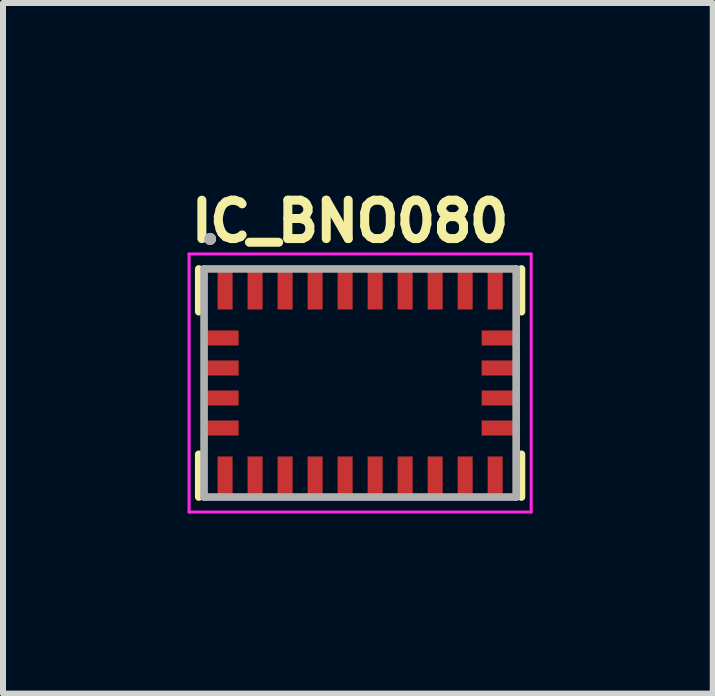
<source format=kicad_pcb>
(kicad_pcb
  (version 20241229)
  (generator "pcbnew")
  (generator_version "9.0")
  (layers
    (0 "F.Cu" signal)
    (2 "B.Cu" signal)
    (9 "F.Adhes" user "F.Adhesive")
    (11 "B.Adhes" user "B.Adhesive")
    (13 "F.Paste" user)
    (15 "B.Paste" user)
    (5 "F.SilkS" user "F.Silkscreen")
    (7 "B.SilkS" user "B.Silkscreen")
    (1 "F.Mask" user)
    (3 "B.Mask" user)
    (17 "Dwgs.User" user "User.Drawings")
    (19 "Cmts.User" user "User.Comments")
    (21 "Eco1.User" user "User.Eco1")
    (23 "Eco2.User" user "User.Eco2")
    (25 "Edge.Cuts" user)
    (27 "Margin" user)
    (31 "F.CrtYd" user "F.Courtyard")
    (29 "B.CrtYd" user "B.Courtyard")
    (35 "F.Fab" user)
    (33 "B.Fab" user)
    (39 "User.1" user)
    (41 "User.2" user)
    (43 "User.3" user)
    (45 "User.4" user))
  (footprint "IC_BNO080"
    (layer "F.Cu")
    (at 2.95 3.331)
    (property "Reference" "IC_BNO080" (at -0.168 -2.694 0) (layer "F.SilkS") (effects (font (size 0.64 0.64) (thickness 0.15))))
    (attr through_hole)
    (fp_line (start -2.688 -1.9) (end -2.688 -1.188) (stroke (width 0.127) (type solid)) (layer "F.SilkS"))
    (fp_line (start -2.688 1.9) (end -2.688 1.188) (stroke (width 0.127) (type solid)) (layer "F.SilkS"))
    (fp_line (start 2.688 -1.9) (end 2.688 -1.188) (stroke (width 0.127) (type solid)) (layer "F.SilkS"))
    (fp_line (start 2.688 1.9) (end 2.688 1.188) (stroke (width 0.127) (type solid)) (layer "F.SilkS"))
    (fp_circle (center -2.5 -2.4) (end -2.45 -2.4) (stroke (width 0.1) (type solid)) (fill no) (layer "F.SilkS"))
    (fp_line (start -2.85 -2.15) (end 2.85 -2.15) (stroke (width 0.05) (type solid)) (layer "F.CrtYd"))
    (fp_line (start -2.85 2.15) (end -2.85 -2.15) (stroke (width 0.05) (type solid)) (layer "F.CrtYd"))
    (fp_line (start 2.85 -2.15) (end 2.85 2.15) (stroke (width 0.05) (type solid)) (layer "F.CrtYd"))
    (fp_line (start 2.85 2.15) (end -2.85 2.15) (stroke (width 0.05) (type solid)) (layer "F.CrtYd"))
    (fp_line (start -2.6 -1.9) (end 2.6 -1.9) (stroke (width 0.127) (type solid)) (layer "F.Fab"))
    (fp_line (start -2.6 1.9) (end -2.6 -1.9) (stroke (width 0.127) (type solid)) (layer "F.Fab"))
    (fp_line (start 2.6 -1.9) (end 2.6 1.9) (stroke (width 0.127) (type solid)) (layer "F.Fab"))
    (fp_line (start 2.6 1.9) (end -2.6 1.9) (stroke (width 0.127) (type solid)) (layer "F.Fab"))
    (fp_circle (center -2.5 -2.4) (end -2.45 -2.4) (stroke (width 0.1) (type solid)) (fill no) (layer "F.Fab"))
    (pad "1" smd rect (at -2.25 -1.562 90) (size 0.675 0.25) (layers "F.Cu" "F.Mask" "F.Paste"))
    (pad "2" smd rect (at -2.312 -0.75) (size 0.575 0.25) (layers "F.Cu" "F.Mask" "F.Paste"))
    (pad "3" smd rect (at -2.312 -0.25) (size 0.575 0.25) (layers "F.Cu" "F.Mask" "F.Paste"))
    (pad "4" smd rect (at -2.312 0.25) (size 0.575 0.25) (layers "F.Cu" "F.Mask" "F.Paste"))
    (pad "5" smd rect (at -2.312 0.75) (size 0.575 0.25) (layers "F.Cu" "F.Mask" "F.Paste"))
    (pad "6" smd rect (at -2.25 1.562 270) (size 0.675 0.25) (layers "F.Cu" "F.Mask" "F.Paste"))
    (pad "7" smd rect (at -1.75 1.562 270) (size 0.675 0.25) (layers "F.Cu" "F.Mask" "F.Paste"))
    (pad "8" smd rect (at -1.25 1.562 270) (size 0.675 0.25) (layers "F.Cu" "F.Mask" "F.Paste"))
    (pad "9" smd rect (at -0.75 1.562 270) (size 0.675 0.25) (layers "F.Cu" "F.Mask" "F.Paste"))
    (pad "10" smd rect (at -0.25 1.562 270) (size 0.675 0.25) (layers "F.Cu" "F.Mask" "F.Paste"))
    (pad "11" smd rect (at 0.25 1.562 270) (size 0.675 0.25) (layers "F.Cu" "F.Mask" "F.Paste"))
    (pad "12" smd rect (at 0.75 1.562 270) (size 0.675 0.25) (layers "F.Cu" "F.Mask" "F.Paste"))
    (pad "13" smd rect (at 1.25 1.562 270) (size 0.675 0.25) (layers "F.Cu" "F.Mask" "F.Paste"))
    (pad "14" smd rect (at 1.75 1.562 270) (size 0.675 0.25) (layers "F.Cu" "F.Mask" "F.Paste"))
    (pad "15" smd rect (at 2.25 1.562 270) (size 0.675 0.25) (layers "F.Cu" "F.Mask" "F.Paste"))
    (pad "16" smd rect (at 2.312 0.75 180) (size 0.575 0.25) (layers "F.Cu" "F.Mask" "F.Paste"))
    (pad "17" smd rect (at 2.312 0.25 180) (size 0.575 0.25) (layers "F.Cu" "F.Mask" "F.Paste"))
    (pad "18" smd rect (at 2.312 -0.25 180) (size 0.575 0.25) (layers "F.Cu" "F.Mask" "F.Paste"))
    (pad "19" smd rect (at 2.312 -0.75 180) (size 0.575 0.25) (layers "F.Cu" "F.Mask" "F.Paste"))
    (pad "20" smd rect (at 2.25 -1.562 90) (size 0.675 0.25) (layers "F.Cu" "F.Mask" "F.Paste"))
    (pad "21" smd rect (at 1.75 -1.562 90) (size 0.675 0.25) (layers "F.Cu" "F.Mask" "F.Paste"))
    (pad "22" smd rect (at 1.25 -1.562 90) (size 0.675 0.25) (layers "F.Cu" "F.Mask" "F.Paste"))
    (pad "23" smd rect (at 0.75 -1.562 90) (size 0.675 0.25) (layers "F.Cu" "F.Mask" "F.Paste"))
    (pad "24" smd rect (at 0.25 -1.562 90) (size 0.675 0.25) (layers "F.Cu" "F.Mask" "F.Paste"))
    (pad "25" smd rect (at -0.25 -1.562 90) (size 0.675 0.25) (layers "F.Cu" "F.Mask" "F.Paste"))
    (pad "26" smd rect (at -0.75 -1.562 90) (size 0.675 0.25) (layers "F.Cu" "F.Mask" "F.Paste"))
    (pad "27" smd rect (at -1.25 -1.562 90) (size 0.675 0.25) (layers "F.Cu" "F.Mask" "F.Paste"))
    (pad "28" smd rect (at -1.75 -1.562 90) (size 0.675 0.25) (layers "F.Cu" "F.Mask" "F.Paste")))
  (gr_rect
    (start -3 -3)
    (end 8.825 8.506)
    (stroke (width 0.1) (type default))
    (fill no)
    (layer "Edge.Cuts")))
</source>
